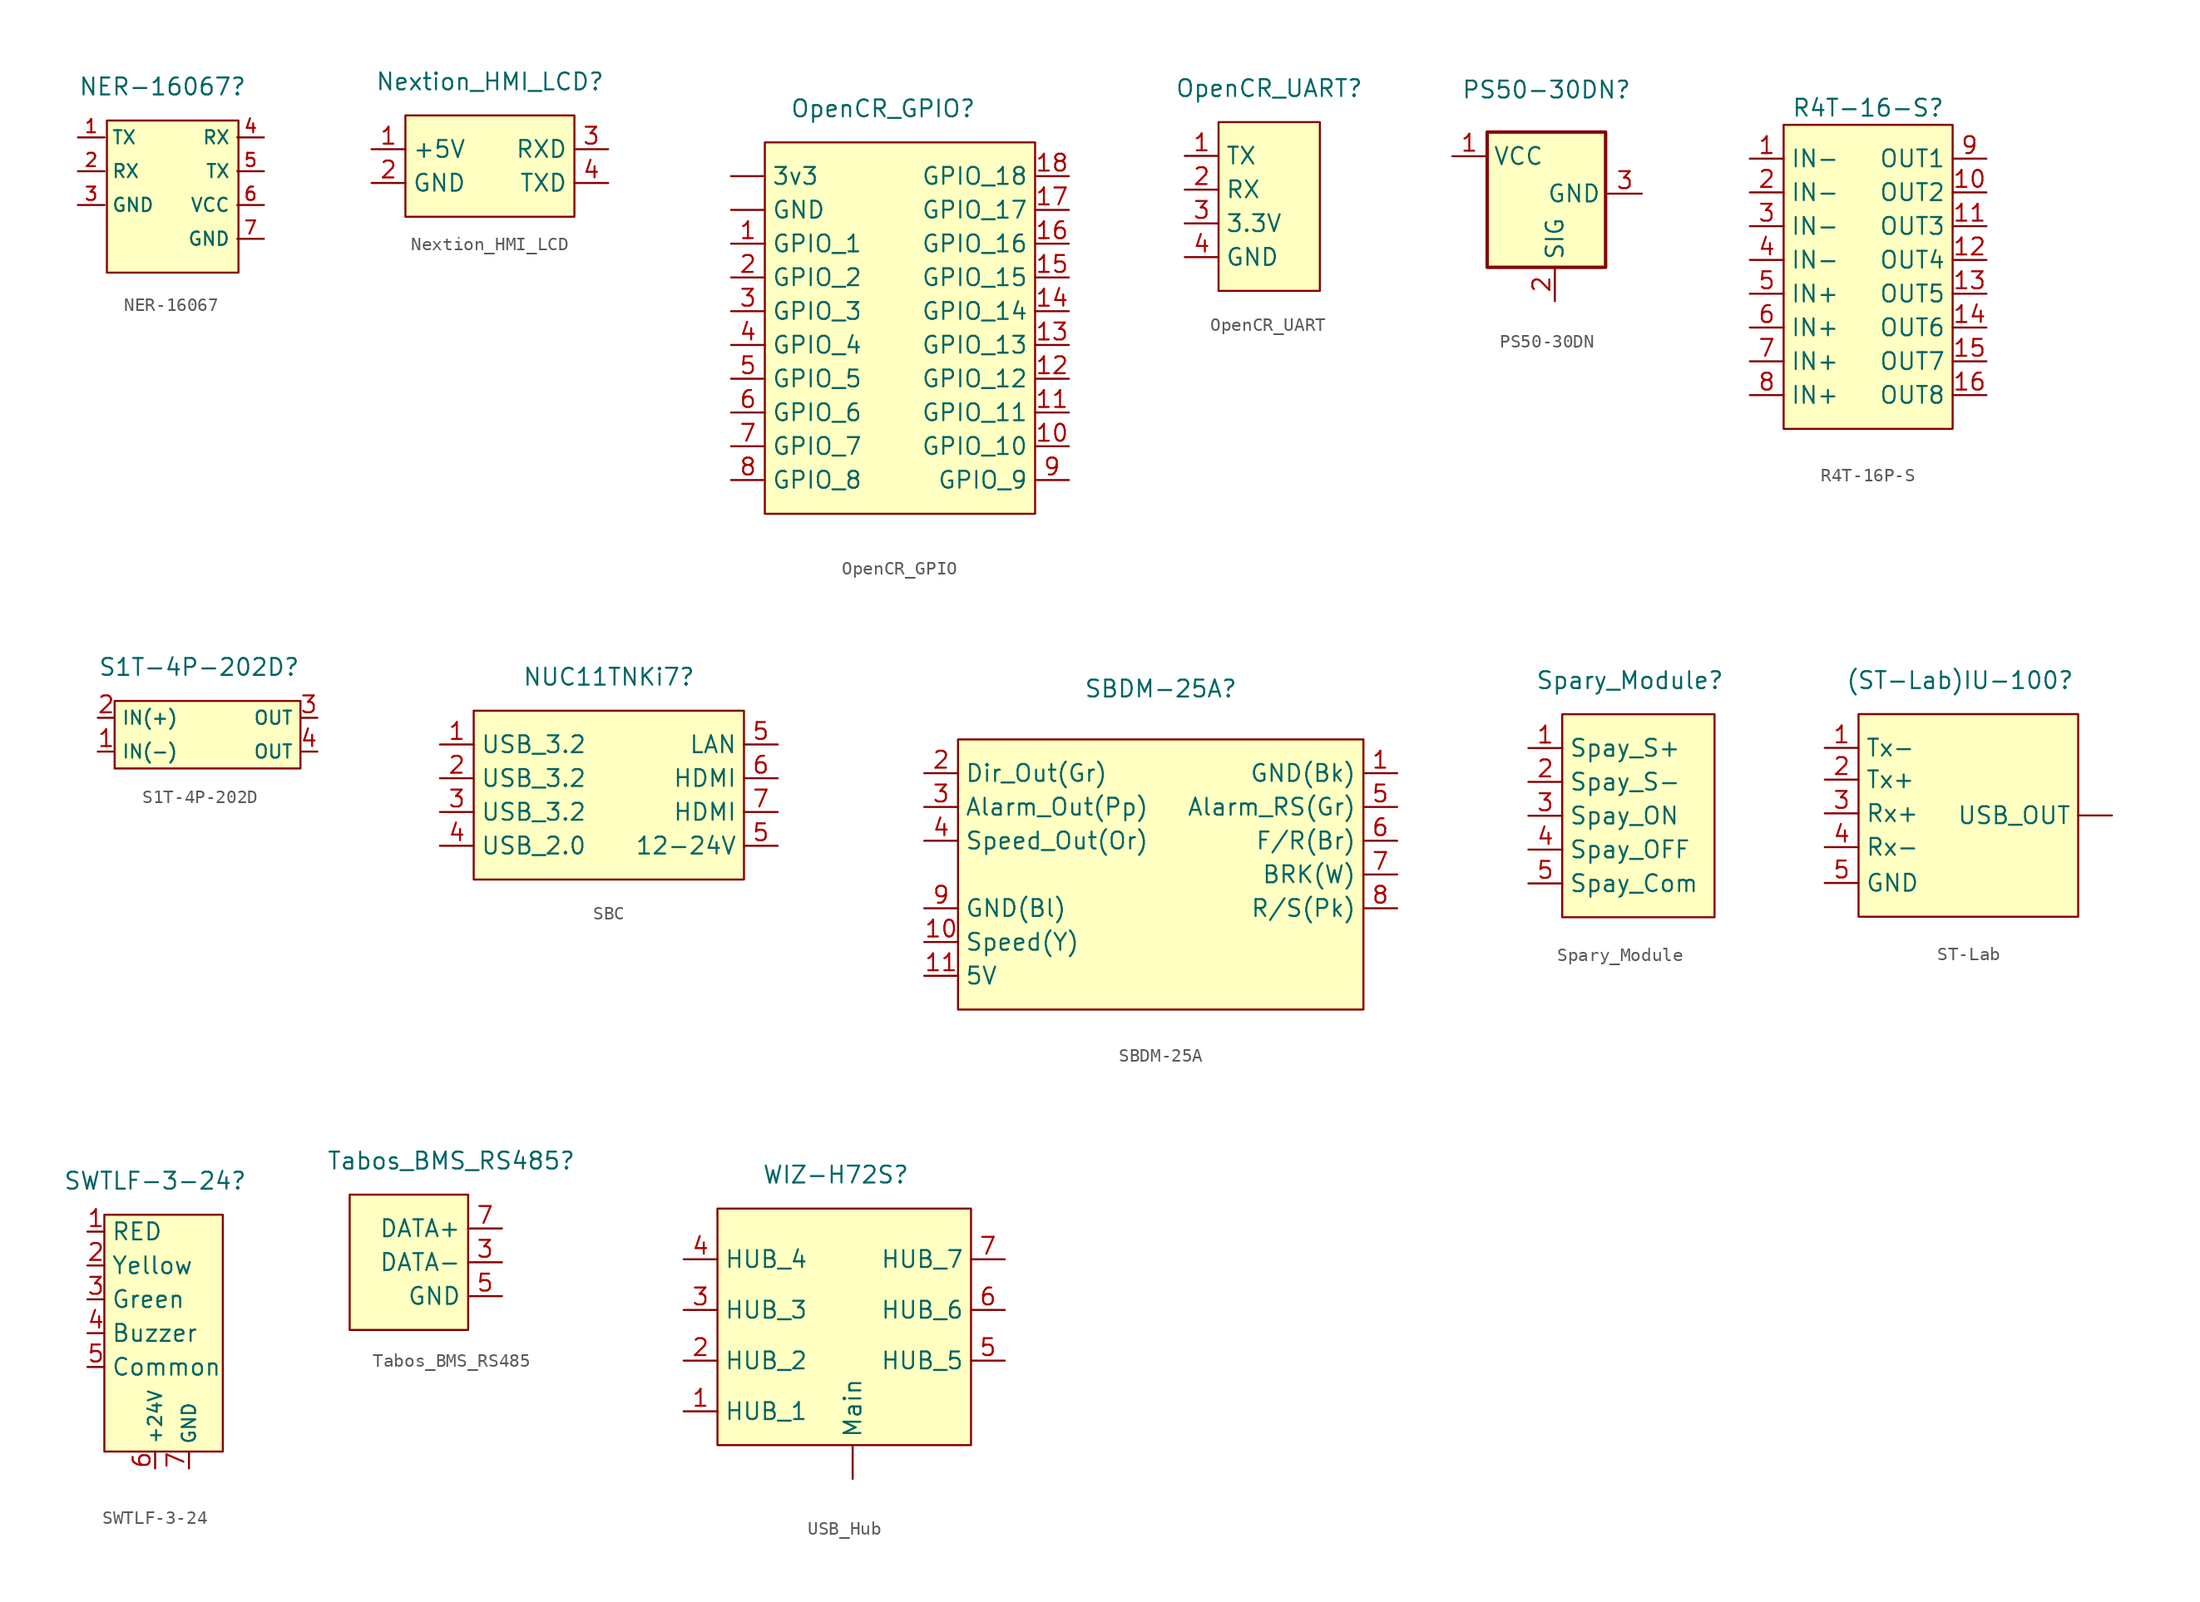
<source format=kicad_sym>
(kicad_symbol_lib
  (version 20220914)
  (generator kicad_symbol_editor)
  (symbol "NER-16067"
    (property "Reference" "NER-16067"
      (at 0 0 0)
      (effects (font (size 1.27 1.27))))
    (property "Value" ""
      (at 0 0 0)
      (effects (font (size 1.27 1.27))))
    (symbol "NER-16067_1_1"
      (rectangle (start -4.173 -2.54) (end 5.706 -13.97) (stroke (width 0) (type default)) (fill (type background)))
      (pin input line (at -6.35 -3.81 0) (length 2) (name "TX" (effects (font (size 1 1)))) (number "1" (effects (font (size 1 1)))))
      (pin input line (at -6.35 -6.35 0) (length 2) (name "RX" (effects (font (size 1 1)))) (number "2" (effects (font (size 1 1)))))
      (pin input line (at -6.35 -8.89 0) (length 2) (name "GND" (effects (font (size 1 1)))) (number "3" (effects (font (size 1 1)))))
      (pin output line (at 7.62 -3.81 180) (length 2) (name "RX" (effects (font (size 1 1)))) (number "4" (effects (font (size 1 1)))))
      (pin output line (at 7.62 -6.35 180) (length 2) (name "TX" (effects (font (size 1 1)))) (number "5" (effects (font (size 1 1)))))
      (pin output line (at 7.62 -8.89 180) (length 2) (name "VCC" (effects (font (size 1 1)))) (number "6" (effects (font (size 1 1)))))
      (pin output line (at 7.62 -11.43 180) (length 2) (name "GND" (effects (font (size 1 1)))) (number "7" (effects (font (size 1 1)))))))
  (symbol "Nextion_HMI_LCD"
    (property "Reference" "Nextion_HMI_LCD"
      (at 0 0 0)
      (effects (font (size 1.27 1.27))))
    (property "Value" ""
      (at 0 0 0)
      (effects (font (size 1.27 1.27))))
    (symbol "Nextion_HMI_LCD_1_1"
      (rectangle (start -6.35 -2.54) (end 6.35 -10.16) (stroke (width 0) (type default)) (fill (type background)))
      (pin input line (at -8.89 -5.08 0) (length 2.54) (name "+5V" (effects (font (size 1.27 1.27)))) (number "1" (effects (font (size 1.27 1.27)))))
      (pin input line (at -8.89 -7.62 0) (length 2.54) (name "GND" (effects (font (size 1.27 1.27)))) (number "2" (effects (font (size 1.27 1.27)))))
      (pin output line (at 8.89 -5.08 180) (length 2.54) (name "RXD" (effects (font (size 1.27 1.27)))) (number "3" (effects (font (size 1.27 1.27)))))
      (pin output line (at 8.89 -7.62 180) (length 2.54) (name "TXD" (effects (font (size 1.27 1.27)))) (number "4" (effects (font (size 1.27 1.27)))))))
  (symbol "OpenCR_GPIO"
    (property "Reference" "OpenCR_GPIO"
      (at 27.94 31.75 0)
      (effects (font (size 1.27 1.27))))
    (property "Value" ""
      (at 24.13 13.97 0)
      (effects (font (size 1.27 1.27))))
    (symbol "OpenCR_GPIO_1_1"
      (rectangle (start 19.05 29.21) (end 39.37 1.27) (stroke (width 0) (type default)) (fill (type background)))
      (pin input line (at 16.51 26.67 0) (length 2.54) (name "3v3" (effects (font (size 1.27 1.27)))) (number "" (effects (font (size 1.27 1.27)))))
      (pin input line (at 16.51 24.13 0) (length 2.54) (name "GND" (effects (font (size 1.27 1.27)))) (number "" (effects (font (size 1.27 1.27)))))
      (pin output line (at 16.51 21.59 0) (length 2.54) (name "GPIO_1" (effects (font (size 1.27 1.27)))) (number "1" (effects (font (size 1.27 1.27)))))
      (pin input line (at 41.91 6.35 180) (length 2.54) (name "GPIO_10" (effects (font (size 1.27 1.27)))) (number "10" (effects (font (size 1.27 1.27)))))
      (pin input line (at 41.91 8.89 180) (length 2.54) (name "GPIO_11" (effects (font (size 1.27 1.27)))) (number "11" (effects (font (size 1.27 1.27)))))
      (pin input line (at 41.91 11.43 180) (length 2.54) (name "GPIO_12" (effects (font (size 1.27 1.27)))) (number "12" (effects (font (size 1.27 1.27)))))
      (pin input line (at 41.91 13.97 180) (length 2.54) (name "GPIO_13" (effects (font (size 1.27 1.27)))) (number "13" (effects (font (size 1.27 1.27)))))
      (pin output line (at 41.91 16.51 180) (length 2.54) (name "GPIO_14" (effects (font (size 1.27 1.27)))) (number "14" (effects (font (size 1.27 1.27)))))
      (pin output line (at 41.91 19.05 180) (length 2.54) (name "GPIO_15" (effects (font (size 1.27 1.27)))) (number "15" (effects (font (size 1.27 1.27)))))
      (pin output line (at 41.91 21.59 180) (length 2.54) (name "GPIO_16" (effects (font (size 1.27 1.27)))) (number "16" (effects (font (size 1.27 1.27)))))
      (pin output line (at 41.91 24.13 180) (length 2.54) (name "GPIO_17" (effects (font (size 1.27 1.27)))) (number "17" (effects (font (size 1.27 1.27)))))
      (pin output line (at 41.91 26.67 180) (length 2.54) (name "GPIO_18" (effects (font (size 1.27 1.27)))) (number "18" (effects (font (size 1.27 1.27)))))
      (pin output line (at 16.51 19.05 0) (length 2.54) (name "GPIO_2" (effects (font (size 1.27 1.27)))) (number "2" (effects (font (size 1.27 1.27)))))
      (pin output line (at 16.51 16.51 0) (length 2.54) (name "GPIO_3" (effects (font (size 1.27 1.27)))) (number "3" (effects (font (size 1.27 1.27)))))
      (pin output line (at 16.51 13.97 0) (length 2.54) (name "GPIO_4" (effects (font (size 1.27 1.27)))) (number "4" (effects (font (size 1.27 1.27)))))
      (pin output line (at 16.51 11.43 0) (length 2.54) (name "GPIO_5" (effects (font (size 1.27 1.27)))) (number "5" (effects (font (size 1.27 1.27)))))
      (pin output line (at 16.51 8.89 0) (length 2.54) (name "GPIO_6" (effects (font (size 1.27 1.27)))) (number "6" (effects (font (size 1.27 1.27)))))
      (pin output line (at 16.51 6.35 0) (length 2.54) (name "GPIO_7" (effects (font (size 1.27 1.27)))) (number "7" (effects (font (size 1.27 1.27)))))
      (pin output line (at 16.51 3.81 0) (length 2.54) (name "GPIO_8" (effects (font (size 1.27 1.27)))) (number "8" (effects (font (size 1.27 1.27)))))
      (pin input line (at 41.91 3.81 180) (length 2.54) (name "GPIO_9" (effects (font (size 1.27 1.27)))) (number "9" (effects (font (size 1.27 1.27)))))))
  (symbol "OpenCR_UART"
    (property "Reference" "OpenCR_UART"
      (at 0 8.89 0)
      (effects (font (size 1.27 1.27))))
    (property "Value" ""
      (at 0 6.35 0)
      (effects (font (size 1.27 1.27))))
    (symbol "OpenCR_UART_1_1"
      (rectangle (start -3.81 6.35) (end 3.81 -6.35) (stroke (width 0) (type default)) (fill (type background)))
      (pin input line (at -6.35 3.81 0) (length 2.54) (name "TX" (effects (font (size 1.27 1.27)))) (number "1" (effects (font (size 1.27 1.27)))))
      (pin input line (at -6.35 1.27 0) (length 2.54) (name "RX" (effects (font (size 1.27 1.27)))) (number "2" (effects (font (size 1.27 1.27)))))
      (pin input line (at -6.35 -1.27 0) (length 2.54) (name "3.3V" (effects (font (size 1.27 1.27)))) (number "3" (effects (font (size 1.27 1.27)))))
      (pin input line (at -6.35 -3.81 0) (length 2.54) (name "GND" (effects (font (size 1.27 1.27)))) (number "4" (effects (font (size 1.27 1.27)))))))
  (symbol "PS50-30DN"
    (property "Reference" "PS50-30DN"
      (at 10.16 16.51 0)
      (effects (font (size 1.27 1.27))))
    (property "Value" ""
      (at 10.16 16.51 0)
      (effects (font (size 1.27 1.27))))
    (symbol "PS50-30DN_0_1"
      (rectangle (start 14.605 13.335) (end 5.715 3.175) (stroke (width 0.254) (type default)) (fill (type background))))
    (symbol "PS50-30DN_1_1"
      (pin power_in line (at 3.101 11.518 0) (length 2.54) (name "VCC" (effects (font (size 1.27 1.27)))) (number "1" (effects (font (size 1.27 1.27)))))
      (pin output line (at 10.795 0.635 90) (length 2.54) (name "SIG" (effects (font (size 1.27 1.27)))) (number "2" (effects (font (size 1.27 1.27)))))
      (pin power_in line (at 17.321 8.708 180) (length 2.54) (name "GND" (effects (font (size 1.27 1.27)))) (number "3" (effects (font (size 1.27 1.27)))))))
  (symbol "R4T-16P-S"
    (property "Reference" "R4T-16-S"
      (at 29.21 24.13 0)
      (effects (font (size 1.27 1.27))))
    (property "Value" ""
      (at 20.32 25.4 0)
      (effects (font (size 1.27 1.27))))
    (symbol "R4T-16P-S_0_0"
      (pin input line (at 20.32 20.32 0) (length 2.54) (name "IN-" (effects (font (size 1.27 1.27)))) (number "1" (effects (font (size 1.27 1.27)))))
      (pin output line (at 38.1 17.78 180) (length 2.54) (name "OUT2" (effects (font (size 1.27 1.27)))) (number "10" (effects (font (size 1.27 1.27)))))
      (pin output line (at 38.1 15.24 180) (length 2.54) (name "OUT3" (effects (font (size 1.27 1.27)))) (number "11" (effects (font (size 1.27 1.27)))))
      (pin output line (at 38.1 12.7 180) (length 2.54) (name "OUT4" (effects (font (size 1.27 1.27)))) (number "12" (effects (font (size 1.27 1.27)))))
      (pin output line (at 38.1 10.16 180) (length 2.54) (name "OUT5" (effects (font (size 1.27 1.27)))) (number "13" (effects (font (size 1.27 1.27)))))
      (pin output line (at 38.1 7.62 180) (length 2.54) (name "OUT6" (effects (font (size 1.27 1.27)))) (number "14" (effects (font (size 1.27 1.27)))))
      (pin output line (at 38.1 5.08 180) (length 2.54) (name "OUT7" (effects (font (size 1.27 1.27)))) (number "15" (effects (font (size 1.27 1.27)))))
      (pin output line (at 38.1 2.54 180) (length 2.54) (name "OUT8" (effects (font (size 1.27 1.27)))) (number "16" (effects (font (size 1.27 1.27)))))
      (pin input line (at 20.32 17.78 0) (length 2.54) (name "IN-" (effects (font (size 1.27 1.27)))) (number "2" (effects (font (size 1.27 1.27)))))
      (pin input line (at 20.32 15.24 0) (length 2.54) (name "IN-" (effects (font (size 1.27 1.27)))) (number "3" (effects (font (size 1.27 1.27)))))
      (pin input line (at 20.32 12.7 0) (length 2.54) (name "IN-" (effects (font (size 1.27 1.27)))) (number "4" (effects (font (size 1.27 1.27)))))
      (pin input line (at 20.32 10.16 0) (length 2.54) (name "IN+" (effects (font (size 1.27 1.27)))) (number "5" (effects (font (size 1.27 1.27)))))
      (pin input line (at 20.32 7.62 0) (length 2.54) (name "IN+" (effects (font (size 1.27 1.27)))) (number "6" (effects (font (size 1.27 1.27)))))
      (pin input line (at 20.32 5.08 0) (length 2.54) (name "IN+" (effects (font (size 1.27 1.27)))) (number "7" (effects (font (size 1.27 1.27)))))
      (pin input line (at 20.32 2.54 0) (length 2.54) (name "IN+" (effects (font (size 1.27 1.27)))) (number "8" (effects (font (size 1.27 1.27)))))
      (pin output line (at 38.1 20.32 180) (length 2.54) (name "OUT1" (effects (font (size 1.27 1.27)))) (number "9" (effects (font (size 1.27 1.27))))))
    (symbol "R4T-16P-S_1_1"
      (rectangle (start 22.86 22.86) (end 35.56 0) (stroke (width 0) (type default)) (fill (type background)))))
  (symbol "S1T-4P-202D"
    (property "Reference" "S1T-4P-202D"
      (at 8.89 7.62 0)
      (effects (font (size 1.27 1.27))))
    (property "Value" ""
      (at 0 0 0)
      (effects (font (size 1.27 1.27))))
    (symbol "S1T-4P-202D_1_1"
      (rectangle (start 2.54 5.08) (end 16.51 0) (stroke (width 0) (type default)) (fill (type background)))
      (pin input line (at 1.27 1.27 0) (length 1.27) (name "IN(-)" (effects (font (size 1 1)))) (number "1" (effects (font (size 1.27 1.27)))))
      (pin input line (at 1.27 3.81 0) (length 1.27) (name "IN(+)" (effects (font (size 1 1)))) (number "2" (effects (font (size 1.27 1.27)))))
      (pin input line (at 17.78 3.81 180) (length 1.27) (name "OUT" (effects (font (size 1 1)))) (number "3" (effects (font (size 1.27 1.27)))))
      (pin input line (at 17.78 1.27 180) (length 1.27) (name "OUT" (effects (font (size 1 1)))) (number "4" (effects (font (size 1.27 1.27)))))))
  (symbol "SBC"
    (property "Reference" "NUC11TNKi7"
      (at 0 11.43 0)
      (effects (font (size 1.27 1.27))))
    (property "Value" ""
      (at 0 0 0)
      (effects (font (size 1.27 1.27))))
    (symbol "SBC_1_1"
      (rectangle (start -10.16 8.89) (end 10.16 -3.81) (stroke (width 0) (type default)) (fill (type background)))
      (pin passive line (at -12.7 6.35 0) (length 2.54) (name "USB_3.2" (effects (font (size 1.27 1.27)))) (number "1" (effects (font (size 1.27 1.27)))))
      (pin passive line (at -12.7 3.81 0) (length 2.54) (name "USB_3.2" (effects (font (size 1.27 1.27)))) (number "2" (effects (font (size 1.27 1.27)))))
      (pin passive line (at -12.7 1.27 0) (length 2.54) (name "USB_3.2" (effects (font (size 1.27 1.27)))) (number "3" (effects (font (size 1.27 1.27)))))
      (pin passive line (at -12.7 -1.27 0) (length 2.54) (name "USB_2.0" (effects (font (size 1.27 1.27)))) (number "4" (effects (font (size 1.27 1.27)))))
      (pin passive line (at 12.7 -1.27 180) (length 2.54) (name "12-24V" (effects (font (size 1.27 1.27)))) (number "5" (effects (font (size 1.27 1.27)))))
      (pin passive line (at 12.7 6.35 180) (length 2.54) (name "LAN" (effects (font (size 1.27 1.27)))) (number "5" (effects (font (size 1.27 1.27)))))
      (pin passive line (at 12.7 3.81 180) (length 2.54) (name "HDMI" (effects (font (size 1.27 1.27)))) (number "6" (effects (font (size 1.27 1.27)))))
      (pin passive line (at 12.7 1.27 180) (length 2.54) (name "HDMI" (effects (font (size 1.27 1.27)))) (number "7" (effects (font (size 1.27 1.27)))))))
  (symbol "SBDM-25A"
    (property "Reference" "SBDM-25A"
      (at 0 0 0)
      (effects (font (size 1.27 1.27))))
    (property "Value" ""
      (at 0 0 0)
      (effects (font (size 1.27 1.27))))
    (symbol "SBDM-25A_1_1"
      (rectangle (start -15.24 -3.81) (end 15.24 -24.13) (stroke (width 0) (type default)) (fill (type background)))
      (pin power_in line (at 17.78 -6.35 180) (length 2.54) (name "GND(Bk)" (effects (font (size 1.27 1.27)))) (number "1" (effects (font (size 1.27 1.27)))))
      (pin output line (at -17.78 -19.05 0) (length 2.54) (name "Speed(Y)" (effects (font (size 1.27 1.27)))) (number "10" (effects (font (size 1.27 1.27)))))
      (pin output line (at -17.78 -21.59 0) (length 2.54) (name "5V" (effects (font (size 1.27 1.27)))) (number "11" (effects (font (size 1.27 1.27)))))
      (pin output line (at -17.78 -6.35 0) (length 2.54) (name "Dir_Out(Gr)" (effects (font (size 1.27 1.27)))) (number "2" (effects (font (size 1.27 1.27)))))
      (pin output line (at -17.78 -8.89 0) (length 2.54) (name "Alarm_Out(Pp)" (effects (font (size 1.27 1.27)))) (number "3" (effects (font (size 1.27 1.27)))))
      (pin output line (at -17.78 -11.43 0) (length 2.54) (name "Speed_Out(Or)" (effects (font (size 1.27 1.27)))) (number "4" (effects (font (size 1.27 1.27)))))
      (pin input line (at 17.78 -8.89 180) (length 2.54) (name "Alarm_RS(Gr)" (effects (font (size 1.27 1.27)))) (number "5" (effects (font (size 1.27 1.27)))))
      (pin input line (at 17.78 -11.43 180) (length 2.54) (name "F/R(Br)" (effects (font (size 1.27 1.27)))) (number "6" (effects (font (size 1.27 1.27)))))
      (pin input line (at 17.78 -13.97 180) (length 2.54) (name "BRK(W)" (effects (font (size 1.27 1.27)))) (number "7" (effects (font (size 1.27 1.27)))))
      (pin output line (at 17.78 -16.51 180) (length 2.54) (name "R/S(Pk)" (effects (font (size 1.27 1.27)))) (number "8" (effects (font (size 1.27 1.27)))))
      (pin output line (at -17.78 -16.51 0) (length 2.54) (name "GND(Bl)" (effects (font (size 1.27 1.27)))) (number "9" (effects (font (size 1.27 1.27)))))))
  (symbol "Spary_Module"
    (property "Reference" "Spary_Module"
      (at 0 5.08 0)
      (effects (font (size 1.27 1.27))))
    (property "Value" ""
      (at -3.81 0 0)
      (effects (font (size 1.27 1.27))))
    (symbol "Spary_Module_1_1"
      (rectangle (start -5.08 2.54) (end 6.35 -12.7) (stroke (width 0) (type default)) (fill (type background)))
      (pin input line (at -7.62 0 0) (length 2.54) (name "Spay_S+" (effects (font (size 1.27 1.27)))) (number "1" (effects (font (size 1.27 1.27)))))
      (pin input line (at -7.62 -2.54 0) (length 2.54) (name "Spay_S-" (effects (font (size 1.27 1.27)))) (number "2" (effects (font (size 1.27 1.27)))))
      (pin input line (at -7.62 -5.08 0) (length 2.54) (name "Spay_ON" (effects (font (size 1.27 1.27)))) (number "3" (effects (font (size 1.27 1.27)))))
      (pin input line (at -7.62 -7.62 0) (length 2.54) (name "Spay_OFF" (effects (font (size 1.27 1.27)))) (number "4" (effects (font (size 1.27 1.27)))))
      (pin input line (at -7.62 -10.16 0) (length 2.54) (name "Spay_Com" (effects (font (size 1.27 1.27)))) (number "5" (effects (font (size 1.27 1.27)))))))
  (symbol "ST-Lab"
    (property "Reference" "(ST-Lab)IU-100"
      (at 0 17.78 0)
      (effects (font (size 1.27 1.27))))
    (property "Value" ""
      (at -3.807 3.965 0)
      (effects (font (size 1.27 1.27))))
    (symbol "ST-Lab_1_1"
      (rectangle (start -7.62 15.24) (end 8.89 0) (stroke (width 0) (type default)) (fill (type background)))
      (pin passive line (at 11.43 7.62 180) (length 2.54) (name "USB_OUT" (effects (font (size 1.27 1.27)))) (number "" (effects (font (size 1.27 1.27)))))
      (pin passive line (at -10.16 12.7 0) (length 2.54) (name "Tx-" (effects (font (size 1.27 1.27)))) (number "1" (effects (font (size 1.27 1.27)))))
      (pin passive line (at -10.157 10.315 0) (length 2.54) (name "Tx+" (effects (font (size 1.27 1.27)))) (number "2" (effects (font (size 1.27 1.27)))))
      (pin passive line (at -10.157 7.775 0) (length 2.54) (name "Rx+" (effects (font (size 1.27 1.27)))) (number "3" (effects (font (size 1.27 1.27)))))
      (pin passive line (at -10.157 5.235 0) (length 2.54) (name "Rx-" (effects (font (size 1.27 1.27)))) (number "4" (effects (font (size 1.27 1.27)))))
      (pin passive line (at -10.16 2.54 0) (length 2.54) (name "GND" (effects (font (size 1.27 1.27)))) (number "5" (effects (font (size 1.27 1.27)))))))
  (symbol "SWTLF-3-24"
    (property "Reference" "SWTLF-3-24"
      (at 0 -1.27 0)
      (effects (font (size 1.27 1.27))))
    (property "Value" ""
      (at 0 0 0)
      (effects (font (size 1.27 1.27))))
    (symbol "SWTLF-3-24_1_1"
      (rectangle (start -3.81 -3.81) (end 5.08 -21.59) (stroke (width 0) (type default)) (fill (type background)))
      (pin input line (at -5.08 -5.08 0) (length 1.27) (name "RED" (effects (font (size 1.27 1.27)))) (number "1" (effects (font (size 1.27 1.27)))))
      (pin input line (at -5.08 -7.62 0) (length 1.27) (name "Yellow" (effects (font (size 1.27 1.27)))) (number "2" (effects (font (size 1.27 1.27)))))
      (pin input line (at -5.08 -10.16 0) (length 1.27) (name "Green" (effects (font (size 1.27 1.27)))) (number "3" (effects (font (size 1.27 1.27)))))
      (pin input line (at -5.08 -12.7 0) (length 1.27) (name "Buzzer" (effects (font (size 1.27 1.27)))) (number "4" (effects (font (size 1.27 1.27)))))
      (pin output line (at -5.08 -15.24 0) (length 1.27) (name "Common" (effects (font (size 1.27 1.27)))) (number "5" (effects (font (size 1.27 1.27)))))
      (pin input line (at 0 -22.86 90) (length 1.27) (name "+24V" (effects (font (size 1 1)))) (number "6" (effects (font (size 1.27 1.27)))))
      (pin input line (at 2.54 -22.86 90) (length 1.27) (name "GND" (effects (font (size 1 1)))) (number "7" (effects (font (size 1.27 1.27)))))))
  (symbol "Tabos_BMS_RS485"
    (property "Reference" "Tabos_BMS_RS485"
      (at 1.27 11.43 0)
      (effects (font (size 1.27 1.27))))
    (property "Value" ""
      (at 0 1.27 0)
      (effects (font (size 1.27 1.27))))
    (symbol "Tabos_BMS_RS485_1_1"
      (rectangle (start -6.35 8.89) (end 2.54 -1.27) (stroke (width 0) (type default)) (fill (type background)))
      (pin passive line (at 5.08 3.81 180) (length 2.54) (name "DATA-" (effects (font (size 1.27 1.27)))) (number "3" (effects (font (size 1.27 1.27)))))
      (pin passive line (at 5.08 1.27 180) (length 2.54) (name "GND" (effects (font (size 1.27 1.27)))) (number "5" (effects (font (size 1.27 1.27)))))
      (pin passive line (at 5.08 6.35 180) (length 2.54) (name "DATA+" (effects (font (size 1.27 1.27)))) (number "7" (effects (font (size 1.27 1.27)))))))
  (symbol "USB_Hub"
    (property "Reference" "WIZ-H72S"
      (at 0 15.24 0)
      (effects (font (size 1.27 1.27))))
    (property "Value" ""
      (at 0 0 0)
      (effects (font (size 1.27 1.27))))
    (symbol "USB_Hub_1_1"
      (rectangle (start -8.89 12.7) (end 10.16 -5.08) (stroke (width 0) (type default)) (fill (type background)))
      (pin passive line (at 1.27 -7.62 90) (length 2.54) (name "Main" (effects (font (size 1.27 1.27)))) (number "" (effects (font (size 1.27 1.27)))))
      (pin passive line (at -11.43 -2.54 0) (length 2.54) (name "HUB_1" (effects (font (size 1.27 1.27)))) (number "1" (effects (font (size 1.27 1.27)))))
      (pin passive line (at -11.43 1.27 0) (length 2.54) (name "HUB_2" (effects (font (size 1.27 1.27)))) (number "2" (effects (font (size 1.27 1.27)))))
      (pin passive line (at -11.43 5.08 0) (length 2.54) (name "HUB_3" (effects (font (size 1.27 1.27)))) (number "3" (effects (font (size 1.27 1.27)))))
      (pin passive line (at -11.43 8.89 0) (length 2.54) (name "HUB_4" (effects (font (size 1.27 1.27)))) (number "4" (effects (font (size 1.27 1.27)))))
      (pin passive line (at 12.7 1.27 180) (length 2.54) (name "HUB_5" (effects (font (size 1.27 1.27)))) (number "5" (effects (font (size 1.27 1.27)))))
      (pin passive line (at 12.7 5.08 180) (length 2.54) (name "HUB_6" (effects (font (size 1.27 1.27)))) (number "6" (effects (font (size 1.27 1.27)))))
      (pin passive line (at 12.7 8.89 180) (length 2.54) (name "HUB_7" (effects (font (size 1.27 1.27)))) (number "7" (effects (font (size 1.27 1.27))))))))
</source>
